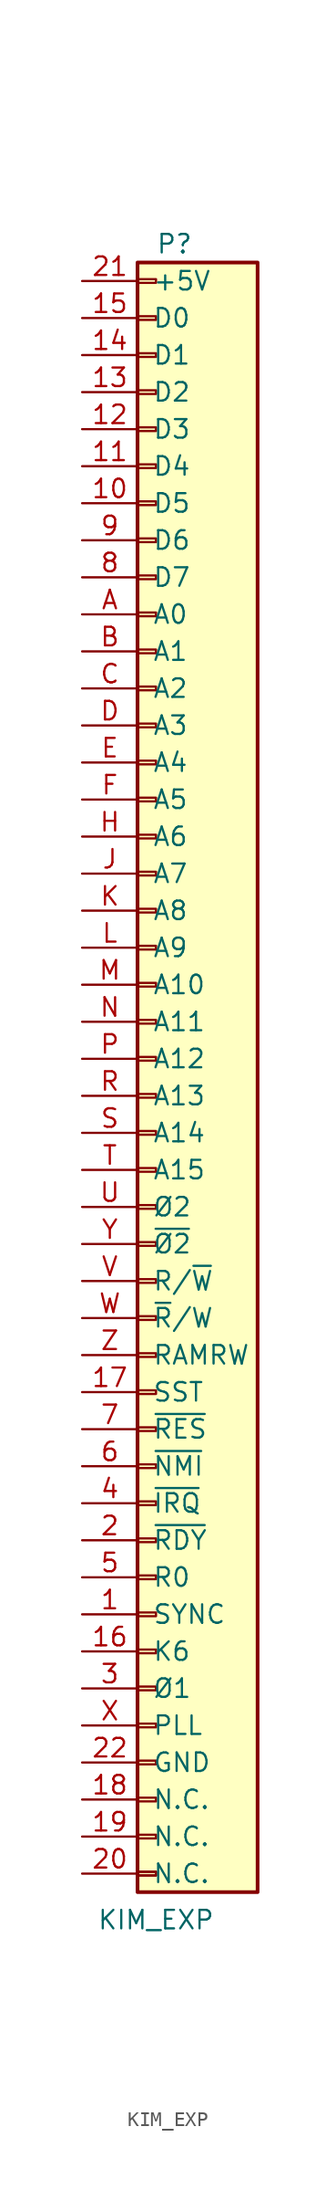
<source format=kicad_sym>
(kicad_symbol_lib
  (version 20220914)
  (generator kicad_symbol_editor)
  (symbol "KIM_EXP"
    (pin_names
      (offset 1.016))
    (property "Reference" "P"
      (at 1.27 55.88 0)
      (effects (font (size 1.27 1.27))))
    (property "Value" "KIM_EXP"
      (at 0 -59.055 0)
      (effects (font (size 1.27 1.27))))
    (symbol "KIM_EXP_1_1"
      (rectangle (start -1.27 -55.753) (end 0 -56.007) (stroke (width 0.152) (type default)) (fill (type none)))
      (rectangle (start -1.27 -53.213) (end 0 -53.467) (stroke (width 0.152) (type default)) (fill (type none)))
      (rectangle (start -1.27 -50.673) (end 0 -50.927) (stroke (width 0.152) (type default)) (fill (type none)))
      (rectangle (start -1.27 -48.133) (end 0 -48.387) (stroke (width 0.152) (type default)) (fill (type none)))
      (rectangle (start -1.27 -45.593) (end 0 -45.847) (stroke (width 0.152) (type default)) (fill (type none)))
      (rectangle (start -1.27 7.747) (end 0 7.493) (stroke (width 0.152) (type default)) (fill (type none)))
      (rectangle (start -1.27 10.287) (end 0 10.033) (stroke (width 0.152) (type default)) (fill (type none)))
      (rectangle (start -1.27 12.827) (end 0 12.573) (stroke (width 0.152) (type default)) (fill (type none)))
      (rectangle (start -1.27 15.367) (end 0 15.113) (stroke (width 0.152) (type default)) (fill (type none)))
      (rectangle (start -1.27 17.907) (end 0 17.653) (stroke (width 0.152) (type default)) (fill (type none)))
      (rectangle (start -1.27 20.447) (end 0 20.193) (stroke (width 0.152) (type default)) (fill (type none)))
      (rectangle (start -1.27 22.987) (end 0 22.733) (stroke (width 0.152) (type default)) (fill (type none)))
      (rectangle (start -1.27 25.527) (end 0 25.273) (stroke (width 0.152) (type default)) (fill (type none)))
      (rectangle (start -1.27 28.067) (end 0 27.813) (stroke (width 0.152) (type default)) (fill (type none)))
      (rectangle (start -1.27 30.607) (end 0 30.353) (stroke (width 0.152) (type default)) (fill (type none)))
      (rectangle (start -1.27 33.147) (end 0 32.893) (stroke (width 0.152) (type default)) (fill (type none)))
      (rectangle (start -1.27 35.687) (end 0 35.433) (stroke (width 0.152) (type default)) (fill (type none)))
      (rectangle (start -1.27 38.227) (end 0 37.973) (stroke (width 0.152) (type default)) (fill (type none)))
      (rectangle (start -1.27 40.767) (end 0 40.513) (stroke (width 0.152) (type default)) (fill (type none)))
      (rectangle (start -1.27 43.307) (end 0 43.053) (stroke (width 0.152) (type default)) (fill (type none)))
      (rectangle (start -1.27 45.847) (end 0 45.593) (stroke (width 0.152) (type default)) (fill (type none)))
      (rectangle (start -1.27 48.387) (end 0 48.133) (stroke (width 0.152) (type default)) (fill (type none)))
      (rectangle (start -1.27 50.927) (end 0 50.673) (stroke (width 0.152) (type default)) (fill (type none)))
      (rectangle (start -1.27 53.467) (end 0 53.213) (stroke (width 0.152) (type default)) (fill (type none)))
      (rectangle (start -1.27 54.61) (end 6.985 -57.15) (stroke (width 0.254) (type default)) (fill (type background)))
      (rectangle (start 0 -56.007) (end -1.27 -55.753) (stroke (width 0.152) (type default)) (fill (type none)))
      (rectangle (start 0 -43.307) (end -1.27 -43.053) (stroke (width 0.152) (type default)) (fill (type none)))
      (rectangle (start 0 -40.767) (end -1.27 -40.513) (stroke (width 0.152) (type default)) (fill (type none)))
      (rectangle (start 0 -38.227) (end -1.27 -37.973) (stroke (width 0.152) (type default)) (fill (type none)))
      (rectangle (start 0 -35.687) (end -1.27 -35.433) (stroke (width 0.152) (type default)) (fill (type none)))
      (rectangle (start 0 -33.147) (end -1.27 -32.893) (stroke (width 0.152) (type default)) (fill (type none)))
      (rectangle (start 0 -30.607) (end -1.27 -30.353) (stroke (width 0.152) (type default)) (fill (type none)))
      (rectangle (start 0 -28.067) (end -1.27 -27.813) (stroke (width 0.152) (type default)) (fill (type none)))
      (rectangle (start 0 -25.527) (end -1.27 -25.273) (stroke (width 0.152) (type default)) (fill (type none)))
      (rectangle (start 0 -22.987) (end -1.27 -22.733) (stroke (width 0.152) (type default)) (fill (type none)))
      (rectangle (start 0 -20.447) (end -1.27 -20.193) (stroke (width 0.152) (type default)) (fill (type none)))
      (rectangle (start 0 -17.907) (end -1.27 -17.653) (stroke (width 0.152) (type default)) (fill (type none)))
      (rectangle (start 0 -15.367) (end -1.27 -15.113) (stroke (width 0.152) (type default)) (fill (type none)))
      (rectangle (start 0 -12.827) (end -1.27 -12.573) (stroke (width 0.152) (type default)) (fill (type none)))
      (rectangle (start 0 -10.287) (end -1.27 -10.033) (stroke (width 0.152) (type default)) (fill (type none)))
      (rectangle (start 0 -7.747) (end -1.27 -7.493) (stroke (width 0.152) (type default)) (fill (type none)))
      (rectangle (start 0 -5.207) (end -1.27 -4.953) (stroke (width 0.152) (type default)) (fill (type none)))
      (rectangle (start 0 -2.667) (end -1.27 -2.413) (stroke (width 0.152) (type default)) (fill (type none)))
      (rectangle (start 0 -0.127) (end -1.27 0.127) (stroke (width 0.152) (type default)) (fill (type none)))
      (rectangle (start 0 2.413) (end -1.27 2.667) (stroke (width 0.152) (type default)) (fill (type none)))
      (rectangle (start 0 4.953) (end -1.27 5.207) (stroke (width 0.152) (type default)) (fill (type none)))
      (pin passive line (at -5.08 -38.1 0) (length 3.81) (name "SYNC" (effects (font (size 1.27 1.27)))) (number "1" (effects (font (size 1.27 1.27)))))
      (pin passive line (at -5.08 38.1 0) (length 3.81) (name "D5" (effects (font (size 1.27 1.27)))) (number "10" (effects (font (size 1.27 1.27)))))
      (pin passive line (at -5.08 40.64 0) (length 3.81) (name "D4" (effects (font (size 1.27 1.27)))) (number "11" (effects (font (size 1.27 1.27)))))
      (pin passive line (at -5.08 43.18 0) (length 3.81) (name "D3" (effects (font (size 1.27 1.27)))) (number "12" (effects (font (size 1.27 1.27)))))
      (pin passive line (at -5.08 45.72 0) (length 3.81) (name "D2" (effects (font (size 1.27 1.27)))) (number "13" (effects (font (size 1.27 1.27)))))
      (pin passive line (at -5.08 48.26 0) (length 3.81) (name "D1" (effects (font (size 1.27 1.27)))) (number "14" (effects (font (size 1.27 1.27)))))
      (pin passive line (at -5.08 50.8 0) (length 3.81) (name "D0" (effects (font (size 1.27 1.27)))) (number "15" (effects (font (size 1.27 1.27)))))
      (pin passive line (at -5.08 -40.64 0) (length 3.81) (name "K6" (effects (font (size 1.27 1.27)))) (number "16" (effects (font (size 1.27 1.27)))))
      (pin passive line (at -5.08 -22.86 0) (length 3.81) (name "SST" (effects (font (size 1.27 1.27)))) (number "17" (effects (font (size 1.27 1.27)))))
      (pin passive line (at -5.08 -50.8 0) (length 3.81) (name "N.C." (effects (font (size 1.27 1.27)))) (number "18" (effects (font (size 1.27 1.27)))))
      (pin passive line (at -5.08 -53.34 0) (length 3.81) (name "N.C." (effects (font (size 1.27 1.27)))) (number "19" (effects (font (size 1.27 1.27)))))
      (pin passive line (at -5.08 -33.02 0) (length 3.81) (name "~{RDY}" (effects (font (size 1.27 1.27)))) (number "2" (effects (font (size 1.27 1.27)))))
      (pin passive line (at -5.08 -55.88 0) (length 3.81) (name "N.C." (effects (font (size 1.27 1.27)))) (number "20" (effects (font (size 1.27 1.27)))))
      (pin passive line (at -5.08 53.34 0) (length 3.81) (name "+5V" (effects (font (size 1.27 1.27)))) (number "21" (effects (font (size 1.27 1.27)))))
      (pin passive line (at -5.08 -48.26 0) (length 3.81) (name "GND" (effects (font (size 1.27 1.27)))) (number "22" (effects (font (size 1.27 1.27)))))
      (pin passive line (at -5.08 -43.18 0) (length 3.81) (name "Ø1" (effects (font (size 1.27 1.27)))) (number "3" (effects (font (size 1.27 1.27)))))
      (pin passive line (at -5.08 -30.48 0) (length 3.81) (name "~{IRQ}" (effects (font (size 1.27 1.27)))) (number "4" (effects (font (size 1.27 1.27)))))
      (pin passive line (at -5.08 -35.56 0) (length 3.81) (name "R0" (effects (font (size 1.27 1.27)))) (number "5" (effects (font (size 1.27 1.27)))))
      (pin passive line (at -5.08 -27.94 0) (length 3.81) (name "~{NMI}" (effects (font (size 1.27 1.27)))) (number "6" (effects (font (size 1.27 1.27)))))
      (pin passive line (at -5.08 -25.4 0) (length 3.81) (name "~{RES}" (effects (font (size 1.27 1.27)))) (number "7" (effects (font (size 1.27 1.27)))))
      (pin passive line (at -5.08 33.02 0) (length 3.81) (name "D7" (effects (font (size 1.27 1.27)))) (number "8" (effects (font (size 1.27 1.27)))))
      (pin passive line (at -5.08 35.56 0) (length 3.81) (name "D6" (effects (font (size 1.27 1.27)))) (number "9" (effects (font (size 1.27 1.27)))))
      (pin passive line (at -5.08 30.48 0) (length 3.81) (name "A0" (effects (font (size 1.27 1.27)))) (number "A" (effects (font (size 1.27 1.27)))))
      (pin passive line (at -5.08 27.94 0) (length 3.81) (name "A1" (effects (font (size 1.27 1.27)))) (number "B" (effects (font (size 1.27 1.27)))))
      (pin passive line (at -5.08 25.4 0) (length 3.81) (name "A2" (effects (font (size 1.27 1.27)))) (number "C" (effects (font (size 1.27 1.27)))))
      (pin passive line (at -5.08 22.86 0) (length 3.81) (name "A3" (effects (font (size 1.27 1.27)))) (number "D" (effects (font (size 1.27 1.27)))))
      (pin passive line (at -5.08 20.32 0) (length 3.81) (name "A4" (effects (font (size 1.27 1.27)))) (number "E" (effects (font (size 1.27 1.27)))))
      (pin passive line (at -5.08 17.78 0) (length 3.81) (name "A5" (effects (font (size 1.27 1.27)))) (number "F" (effects (font (size 1.27 1.27)))))
      (pin passive line (at -5.08 15.24 0) (length 3.81) (name "A6" (effects (font (size 1.27 1.27)))) (number "H" (effects (font (size 1.27 1.27)))))
      (pin passive line (at -5.08 12.7 0) (length 3.81) (name "A7" (effects (font (size 1.27 1.27)))) (number "J" (effects (font (size 1.27 1.27)))))
      (pin passive line (at -5.08 10.16 0) (length 3.81) (name "A8" (effects (font (size 1.27 1.27)))) (number "K" (effects (font (size 1.27 1.27)))))
      (pin passive line (at -5.08 7.62 0) (length 3.81) (name "A9" (effects (font (size 1.27 1.27)))) (number "L" (effects (font (size 1.27 1.27)))))
      (pin passive line (at -5.08 5.08 0) (length 3.81) (name "A10" (effects (font (size 1.27 1.27)))) (number "M" (effects (font (size 1.27 1.27)))))
      (pin passive line (at -5.08 2.54 0) (length 3.81) (name "A11" (effects (font (size 1.27 1.27)))) (number "N" (effects (font (size 1.27 1.27)))))
      (pin passive line (at -5.08 0 0) (length 3.81) (name "A12" (effects (font (size 1.27 1.27)))) (number "P" (effects (font (size 1.27 1.27)))))
      (pin passive line (at -5.08 -2.54 0) (length 3.81) (name "A13" (effects (font (size 1.27 1.27)))) (number "R" (effects (font (size 1.27 1.27)))))
      (pin passive line (at -5.08 -5.08 0) (length 3.81) (name "A14" (effects (font (size 1.27 1.27)))) (number "S" (effects (font (size 1.27 1.27)))))
      (pin passive line (at -5.08 -7.62 0) (length 3.81) (name "A15" (effects (font (size 1.27 1.27)))) (number "T" (effects (font (size 1.27 1.27)))))
      (pin passive line (at -5.08 -10.16 0) (length 3.81) (name "Ø2" (effects (font (size 1.27 1.27)))) (number "U" (effects (font (size 1.27 1.27)))))
      (pin passive line (at -5.08 -15.24 0) (length 3.81) (name "R/~{W}" (effects (font (size 1.27 1.27)))) (number "V" (effects (font (size 1.27 1.27)))))
      (pin passive line (at -5.08 -17.78 0) (length 3.81) (name "~{R}/W" (effects (font (size 1.27 1.27)))) (number "W" (effects (font (size 1.27 1.27)))))
      (pin passive line (at -5.08 -45.72 0) (length 3.81) (name "PLL" (effects (font (size 1.27 1.27)))) (number "X" (effects (font (size 1.27 1.27)))))
      (pin passive line (at -5.08 -12.7 0) (length 3.81) (name "~{Ø2}" (effects (font (size 1.27 1.27)))) (number "Y" (effects (font (size 1.27 1.27)))))
      (pin passive line (at -5.08 -20.32 0) (length 3.81) (name "RAMRW" (effects (font (size 1.27 1.27)))) (number "Z" (effects (font (size 1.27 1.27))))))))
</source>
